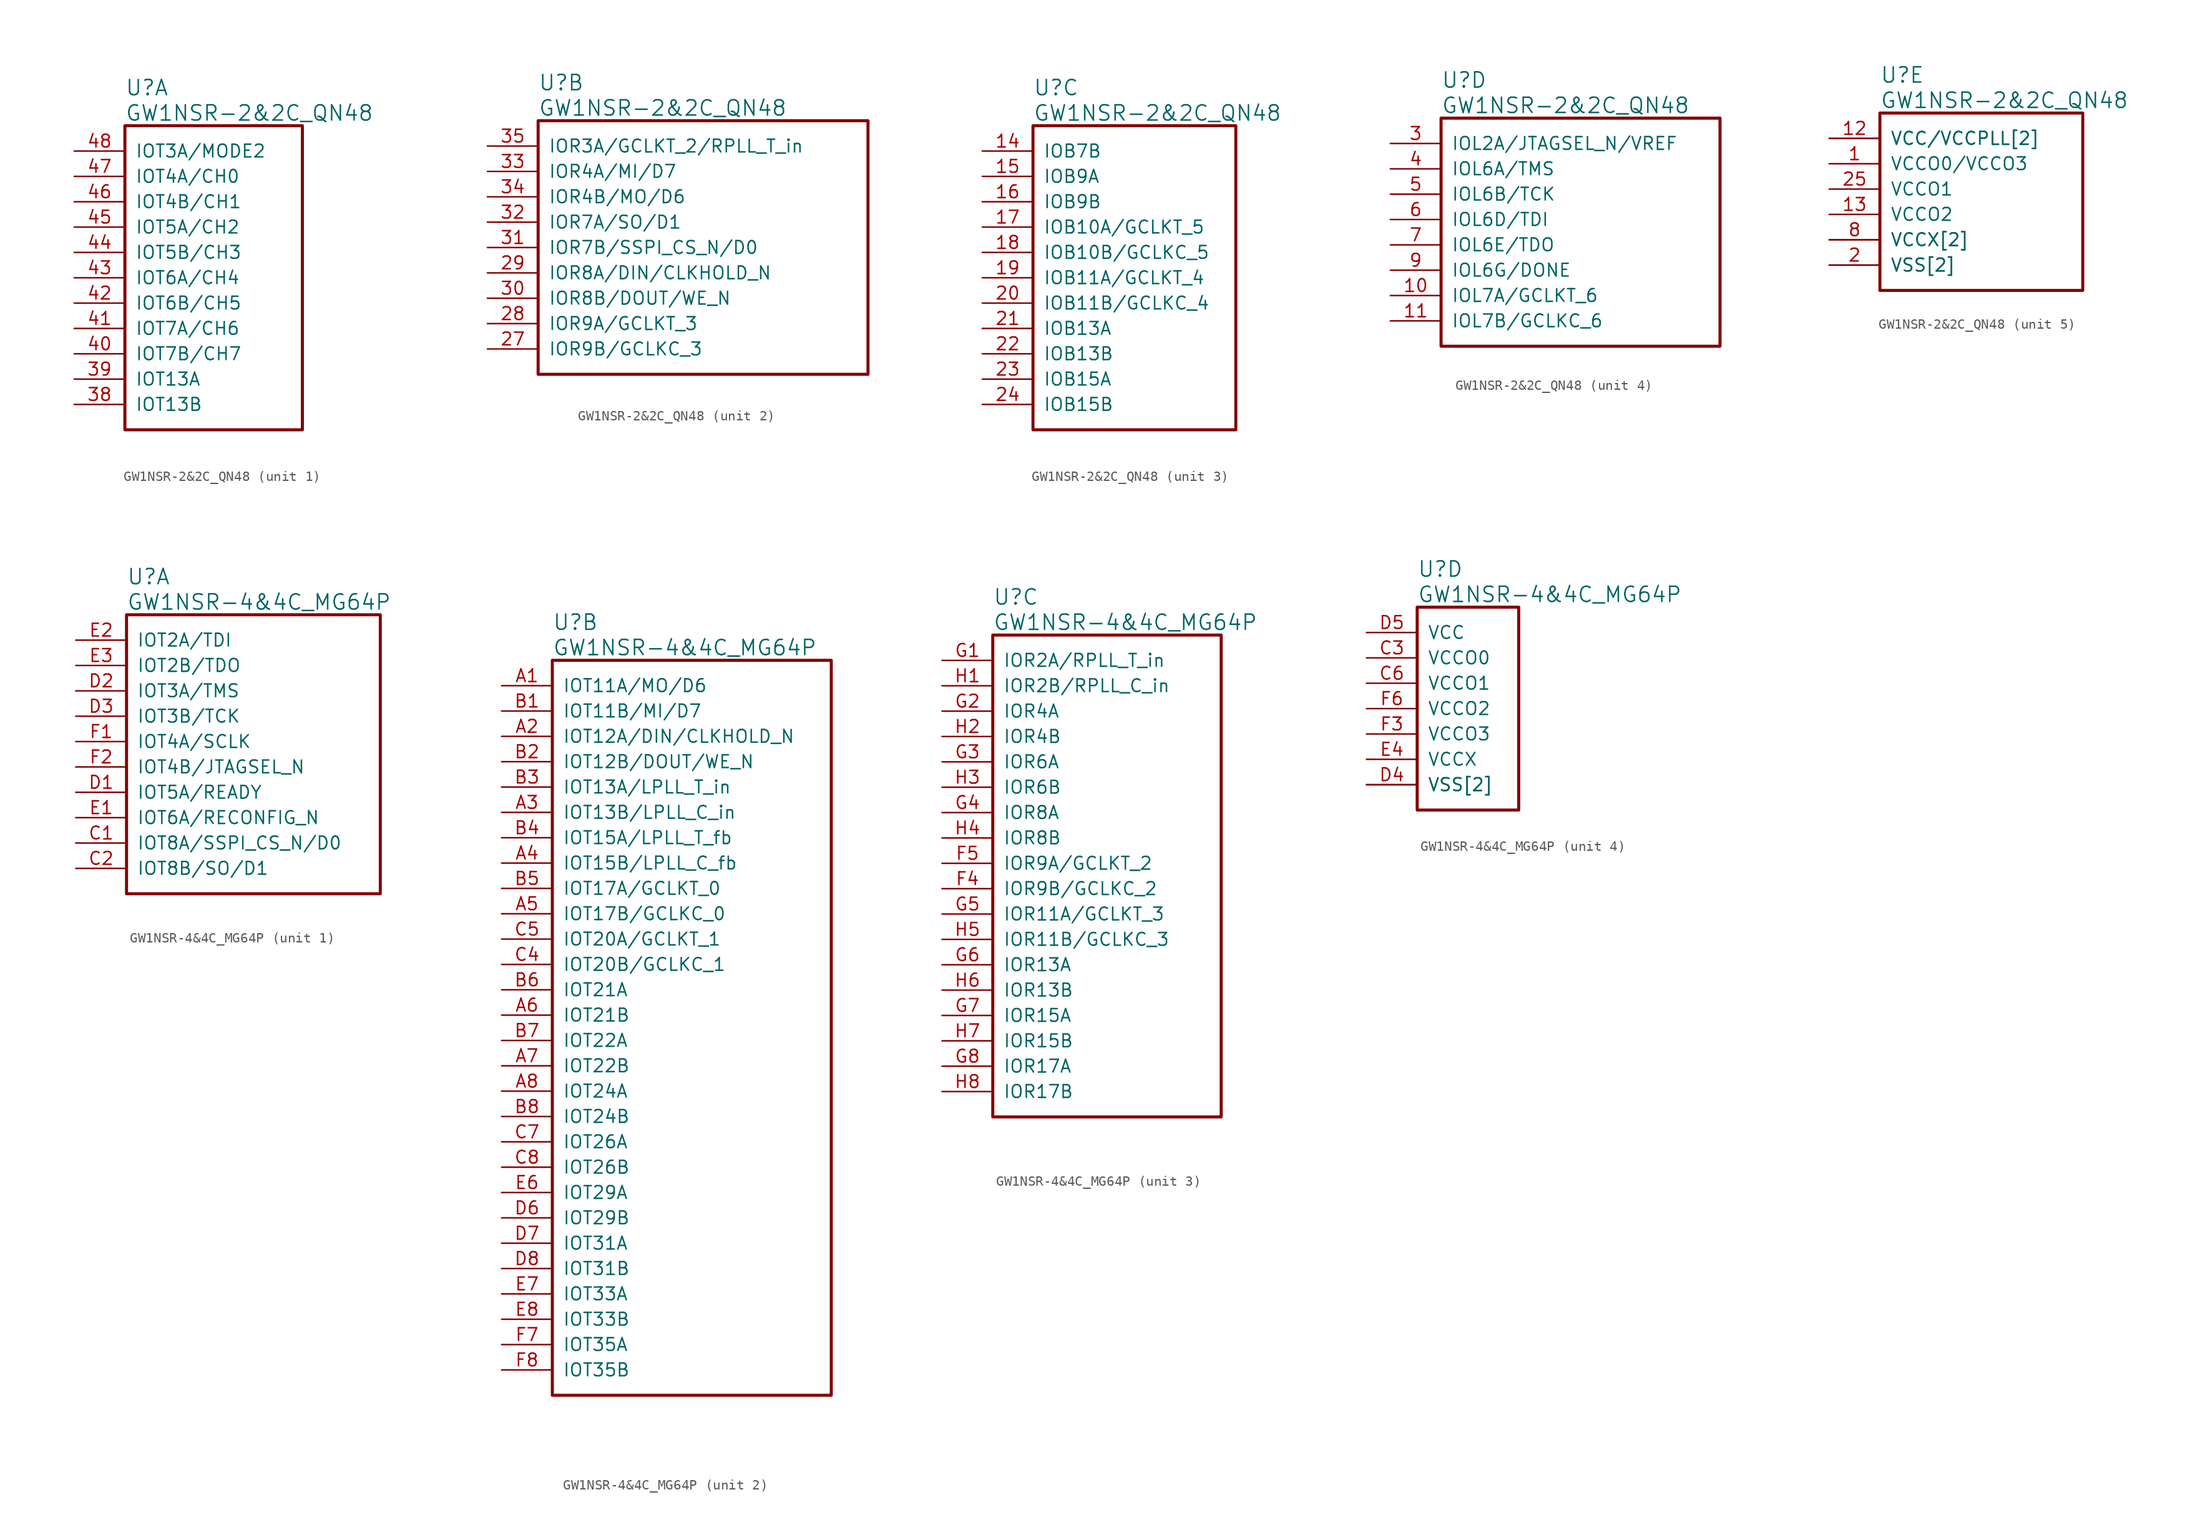
<source format=kicad_sym>
(kicad_symbol_lib
  (version 20220914)
  (generator kicad_symbol_editor)
  (symbol "GW1NSR-2&2C_QN48"
    (pin_names
      (offset 1.016))
    (property "Reference" "U"
      (at 5.08 6.35 0)
      (effects (font (size 1.524 1.524)) (justify left)))
    (property "Value" "GW1NSR-2&2C_QN48"
      (at 5.08 3.81 0)
      (effects (font (size 1.524 1.524)) (justify left)))
    (property "ki_locked" ""
      (at 0 0 0)
      (effects (font (size 1.27 1.27))))
    (symbol "GW1NSR-2&2C_QN48_1_1"
      (rectangle (start 5.08 2.54) (end 22.86 -27.94) (stroke (width 0.305) (type solid)) (fill (type none)))
      (pin bidirectional line (at 0 -25.4 0) (length 5.08) (name "IOT13B" (effects (font (size 1.27 1.27)))) (number "38" (effects (font (size 1.27 1.27)))))
      (pin bidirectional line (at 0 -22.86 0) (length 5.08) (name "IOT13A" (effects (font (size 1.27 1.27)))) (number "39" (effects (font (size 1.27 1.27)))))
      (pin bidirectional line (at 0 -20.32 0) (length 5.08) (name "IOT7B/CH7" (effects (font (size 1.27 1.27)))) (number "40" (effects (font (size 1.27 1.27)))))
      (pin bidirectional line (at 0 -17.78 0) (length 5.08) (name "IOT7A/CH6" (effects (font (size 1.27 1.27)))) (number "41" (effects (font (size 1.27 1.27)))))
      (pin bidirectional line (at 0 -15.24 0) (length 5.08) (name "IOT6B/CH5" (effects (font (size 1.27 1.27)))) (number "42" (effects (font (size 1.27 1.27)))))
      (pin bidirectional line (at 0 -12.7 0) (length 5.08) (name "IOT6A/CH4" (effects (font (size 1.27 1.27)))) (number "43" (effects (font (size 1.27 1.27)))))
      (pin bidirectional line (at 0 -10.16 0) (length 5.08) (name "IOT5B/CH3" (effects (font (size 1.27 1.27)))) (number "44" (effects (font (size 1.27 1.27)))))
      (pin bidirectional line (at 0 -7.62 0) (length 5.08) (name "IOT5A/CH2" (effects (font (size 1.27 1.27)))) (number "45" (effects (font (size 1.27 1.27)))))
      (pin bidirectional line (at 0 -5.08 0) (length 5.08) (name "IOT4B/CH1" (effects (font (size 1.27 1.27)))) (number "46" (effects (font (size 1.27 1.27)))))
      (pin bidirectional line (at 0 -2.54 0) (length 5.08) (name "IOT4A/CH0" (effects (font (size 1.27 1.27)))) (number "47" (effects (font (size 1.27 1.27)))))
      (pin bidirectional line (at 0 0 0) (length 5.08) (name "IOT3A/MODE2" (effects (font (size 1.27 1.27)))) (number "48" (effects (font (size 1.27 1.27))))))
    (symbol "GW1NSR-2&2C_QN48_2_1"
      (rectangle (start 5.08 2.54) (end 38.1 -22.86) (stroke (width 0.305) (type solid)) (fill (type none)))
      (pin bidirectional line (at 0 -20.32 0) (length 5.08) (name "IOR9B/GCLKC_3" (effects (font (size 1.27 1.27)))) (number "27" (effects (font (size 1.27 1.27)))))
      (pin bidirectional line (at 0 -17.78 0) (length 5.08) (name "IOR9A/GCLKT_3" (effects (font (size 1.27 1.27)))) (number "28" (effects (font (size 1.27 1.27)))))
      (pin bidirectional line (at 0 -12.7 0) (length 5.08) (name "IOR8A/DIN/CLKHOLD_N" (effects (font (size 1.27 1.27)))) (number "29" (effects (font (size 1.27 1.27)))))
      (pin bidirectional line (at 0 -15.24 0) (length 5.08) (name "IOR8B/DOUT/WE_N" (effects (font (size 1.27 1.27)))) (number "30" (effects (font (size 1.27 1.27)))))
      (pin bidirectional line (at 0 -10.16 0) (length 5.08) (name "IOR7B/SSPI_CS_N/D0" (effects (font (size 1.27 1.27)))) (number "31" (effects (font (size 1.27 1.27)))))
      (pin bidirectional line (at 0 -7.62 0) (length 5.08) (name "IOR7A/SO/D1" (effects (font (size 1.27 1.27)))) (number "32" (effects (font (size 1.27 1.27)))))
      (pin bidirectional line (at 0 -2.54 0) (length 5.08) (name "IOR4A/MI/D7" (effects (font (size 1.27 1.27)))) (number "33" (effects (font (size 1.27 1.27)))))
      (pin bidirectional line (at 0 -5.08 0) (length 5.08) (name "IOR4B/MO/D6" (effects (font (size 1.27 1.27)))) (number "34" (effects (font (size 1.27 1.27)))))
      (pin bidirectional line (at 0 0 0) (length 5.08) (name "IOR3A/GCLKT_2/RPLL_T_in" (effects (font (size 1.27 1.27)))) (number "35" (effects (font (size 1.27 1.27))))))
    (symbol "GW1NSR-2&2C_QN48_3_1"
      (rectangle (start 5.08 2.54) (end 25.4 -27.94) (stroke (width 0.305) (type solid)) (fill (type none)))
      (pin bidirectional line (at 0 0 0) (length 5.08) (name "IOB7B" (effects (font (size 1.27 1.27)))) (number "14" (effects (font (size 1.27 1.27)))))
      (pin bidirectional line (at 0 -2.54 0) (length 5.08) (name "IOB9A" (effects (font (size 1.27 1.27)))) (number "15" (effects (font (size 1.27 1.27)))))
      (pin bidirectional line (at 0 -5.08 0) (length 5.08) (name "IOB9B" (effects (font (size 1.27 1.27)))) (number "16" (effects (font (size 1.27 1.27)))))
      (pin bidirectional line (at 0 -7.62 0) (length 5.08) (name "IOB10A/GCLKT_5" (effects (font (size 1.27 1.27)))) (number "17" (effects (font (size 1.27 1.27)))))
      (pin bidirectional line (at 0 -10.16 0) (length 5.08) (name "IOB10B/GCLKC_5" (effects (font (size 1.27 1.27)))) (number "18" (effects (font (size 1.27 1.27)))))
      (pin bidirectional line (at 0 -12.7 0) (length 5.08) (name "IOB11A/GCLKT_4" (effects (font (size 1.27 1.27)))) (number "19" (effects (font (size 1.27 1.27)))))
      (pin bidirectional line (at 0 -15.24 0) (length 5.08) (name "IOB11B/GCLKC_4" (effects (font (size 1.27 1.27)))) (number "20" (effects (font (size 1.27 1.27)))))
      (pin bidirectional line (at 0 -17.78 0) (length 5.08) (name "IOB13A" (effects (font (size 1.27 1.27)))) (number "21" (effects (font (size 1.27 1.27)))))
      (pin bidirectional line (at 0 -20.32 0) (length 5.08) (name "IOB13B" (effects (font (size 1.27 1.27)))) (number "22" (effects (font (size 1.27 1.27)))))
      (pin bidirectional line (at 0 -22.86 0) (length 5.08) (name "IOB15A" (effects (font (size 1.27 1.27)))) (number "23" (effects (font (size 1.27 1.27)))))
      (pin bidirectional line (at 0 -25.4 0) (length 5.08) (name "IOB15B" (effects (font (size 1.27 1.27)))) (number "24" (effects (font (size 1.27 1.27))))))
    (symbol "GW1NSR-2&2C_QN48_4_1"
      (rectangle (start 5.08 2.54) (end 33.02 -20.32) (stroke (width 0.305) (type solid)) (fill (type none)))
      (pin bidirectional line (at 0 -15.24 0) (length 5.08) (name "IOL7A/GCLKT_6" (effects (font (size 1.27 1.27)))) (number "10" (effects (font (size 1.27 1.27)))))
      (pin bidirectional line (at 0 -17.78 0) (length 5.08) (name "IOL7B/GCLKC_6" (effects (font (size 1.27 1.27)))) (number "11" (effects (font (size 1.27 1.27)))))
      (pin bidirectional line (at 0 0 0) (length 5.08) (name "IOL2A/JTAGSEL_N/VREF" (effects (font (size 1.27 1.27)))) (number "3" (effects (font (size 1.27 1.27)))))
      (pin bidirectional line (at 0 -2.54 0) (length 5.08) (name "IOL6A/TMS" (effects (font (size 1.27 1.27)))) (number "4" (effects (font (size 1.27 1.27)))))
      (pin bidirectional line (at 0 -5.08 0) (length 5.08) (name "IOL6B/TCK" (effects (font (size 1.27 1.27)))) (number "5" (effects (font (size 1.27 1.27)))))
      (pin bidirectional line (at 0 -7.62 0) (length 5.08) (name "IOL6D/TDI" (effects (font (size 1.27 1.27)))) (number "6" (effects (font (size 1.27 1.27)))))
      (pin bidirectional line (at 0 -10.16 0) (length 5.08) (name "IOL6E/TDO" (effects (font (size 1.27 1.27)))) (number "7" (effects (font (size 1.27 1.27)))))
      (pin bidirectional line (at 0 -12.7 0) (length 5.08) (name "IOL6G/DONE" (effects (font (size 1.27 1.27)))) (number "9" (effects (font (size 1.27 1.27))))))
    (symbol "GW1NSR-2&2C_QN48_5_1"
      (rectangle (start 5.08 2.54) (end 25.4 -15.24) (stroke (width 0.305) (type solid)) (fill (type none)))
      (pin power_in line (at 0 -2.54 0) (length 5.08) (name "VCCO0/VCCO3" (effects (font (size 1.27 1.27)))) (number "1" (effects (font (size 1.27 1.27)))))
      (pin power_in line (at 0 0 0) (length 5.08) (name "VCC/VCCPLL[2]" (effects (font (size 1.27 1.27)))) (number "12" (effects (font (size 1.27 1.27)))))
      (pin power_in line (at 0 -7.62 0) (length 5.08) (name "VCCO2" (effects (font (size 1.27 1.27)))) (number "13" (effects (font (size 1.27 1.27)))))
      (pin power_in line (at 0 -12.7 0) (length 5.08) (name "VSS[2]" (effects (font (size 1.27 1.27)))) (number "2" (effects (font (size 1.27 1.27)))))
      (pin power_in line (at 0 -5.08 0) (length 5.08) (name "VCCO1" (effects (font (size 1.27 1.27)))) (number "25" (effects (font (size 1.27 1.27)))))
      (pin power_in line (at 0 -12.7 0) (length 5.08) (name "VSS[2]" (effects (font (size 1.27 1.27)))) (number "26" (effects (font (size 0 0)))))
      (pin power_in line (at 0 -10.16 0) (length 5.08) (name "VCCX[2]" (effects (font (size 1.27 1.27)))) (number "36" (effects (font (size 0 0)))))
      (pin power_in line (at 0 0 0) (length 5.08) (name "VCC/VCCPLL[2]" (effects (font (size 1.27 1.27)))) (number "37" (effects (font (size 0 0)))))
      (pin power_in line (at 0 -10.16 0) (length 5.08) (name "VCCX[2]" (effects (font (size 1.27 1.27)))) (number "8" (effects (font (size 1.27 1.27)))))))
  (symbol "GW1NSR-4&4C_MG64P"
    (pin_names
      (offset 1.016))
    (property "Reference" "U"
      (at 5.08 6.35 0)
      (effects (font (size 1.524 1.524)) (justify left)))
    (property "Value" "GW1NSR-4&4C_MG64P"
      (at 5.08 3.81 0)
      (effects (font (size 1.524 1.524)) (justify left)))
    (property "ki_locked" ""
      (at 0 0 0)
      (effects (font (size 1.27 1.27))))
    (symbol "GW1NSR-4&4C_MG64P_1_1"
      (rectangle (start 5.08 2.54) (end 30.48 -25.4) (stroke (width 0.305) (type solid)) (fill (type none)))
      (pin bidirectional line (at 0 -20.32 0) (length 5.08) (name "IOT8A/SSPI_CS_N/D0" (effects (font (size 1.27 1.27)))) (number "C1" (effects (font (size 1.27 1.27)))))
      (pin bidirectional line (at 0 -22.86 0) (length 5.08) (name "IOT8B/SO/D1" (effects (font (size 1.27 1.27)))) (number "C2" (effects (font (size 1.27 1.27)))))
      (pin bidirectional line (at 0 -15.24 0) (length 5.08) (name "IOT5A/READY" (effects (font (size 1.27 1.27)))) (number "D1" (effects (font (size 1.27 1.27)))))
      (pin bidirectional line (at 0 -5.08 0) (length 5.08) (name "IOT3A/TMS" (effects (font (size 1.27 1.27)))) (number "D2" (effects (font (size 1.27 1.27)))))
      (pin bidirectional line (at 0 -7.62 0) (length 5.08) (name "IOT3B/TCK" (effects (font (size 1.27 1.27)))) (number "D3" (effects (font (size 1.27 1.27)))))
      (pin bidirectional line (at 0 -17.78 0) (length 5.08) (name "IOT6A/RECONFIG_N" (effects (font (size 1.27 1.27)))) (number "E1" (effects (font (size 1.27 1.27)))))
      (pin bidirectional line (at 0 0 0) (length 5.08) (name "IOT2A/TDI" (effects (font (size 1.27 1.27)))) (number "E2" (effects (font (size 1.27 1.27)))))
      (pin bidirectional line (at 0 -2.54 0) (length 5.08) (name "IOT2B/TDO" (effects (font (size 1.27 1.27)))) (number "E3" (effects (font (size 1.27 1.27)))))
      (pin bidirectional line (at 0 -10.16 0) (length 5.08) (name "IOT4A/SCLK" (effects (font (size 1.27 1.27)))) (number "F1" (effects (font (size 1.27 1.27)))))
      (pin bidirectional line (at 0 -12.7 0) (length 5.08) (name "IOT4B/JTAGSEL_N" (effects (font (size 1.27 1.27)))) (number "F2" (effects (font (size 1.27 1.27))))))
    (symbol "GW1NSR-4&4C_MG64P_2_1"
      (rectangle (start 5.08 2.54) (end 33.02 -71.12) (stroke (width 0.305) (type solid)) (fill (type none)))
      (pin bidirectional line (at 0 0 0) (length 5.08) (name "IOT11A/MO/D6" (effects (font (size 1.27 1.27)))) (number "A1" (effects (font (size 1.27 1.27)))))
      (pin bidirectional line (at 0 -5.08 0) (length 5.08) (name "IOT12A/DIN/CLKHOLD_N" (effects (font (size 1.27 1.27)))) (number "A2" (effects (font (size 1.27 1.27)))))
      (pin bidirectional line (at 0 -12.7 0) (length 5.08) (name "IOT13B/LPLL_C_in" (effects (font (size 1.27 1.27)))) (number "A3" (effects (font (size 1.27 1.27)))))
      (pin bidirectional line (at 0 -17.78 0) (length 5.08) (name "IOT15B/LPLL_C_fb" (effects (font (size 1.27 1.27)))) (number "A4" (effects (font (size 1.27 1.27)))))
      (pin bidirectional line (at 0 -22.86 0) (length 5.08) (name "IOT17B/GCLKC_0" (effects (font (size 1.27 1.27)))) (number "A5" (effects (font (size 1.27 1.27)))))
      (pin bidirectional line (at 0 -33.02 0) (length 5.08) (name "IOT21B" (effects (font (size 1.27 1.27)))) (number "A6" (effects (font (size 1.27 1.27)))))
      (pin bidirectional line (at 0 -38.1 0) (length 5.08) (name "IOT22B" (effects (font (size 1.27 1.27)))) (number "A7" (effects (font (size 1.27 1.27)))))
      (pin bidirectional line (at 0 -40.64 0) (length 5.08) (name "IOT24A" (effects (font (size 1.27 1.27)))) (number "A8" (effects (font (size 1.27 1.27)))))
      (pin bidirectional line (at 0 -2.54 0) (length 5.08) (name "IOT11B/MI/D7" (effects (font (size 1.27 1.27)))) (number "B1" (effects (font (size 1.27 1.27)))))
      (pin bidirectional line (at 0 -7.62 0) (length 5.08) (name "IOT12B/DOUT/WE_N" (effects (font (size 1.27 1.27)))) (number "B2" (effects (font (size 1.27 1.27)))))
      (pin bidirectional line (at 0 -10.16 0) (length 5.08) (name "IOT13A/LPLL_T_in" (effects (font (size 1.27 1.27)))) (number "B3" (effects (font (size 1.27 1.27)))))
      (pin bidirectional line (at 0 -15.24 0) (length 5.08) (name "IOT15A/LPLL_T_fb" (effects (font (size 1.27 1.27)))) (number "B4" (effects (font (size 1.27 1.27)))))
      (pin bidirectional line (at 0 -20.32 0) (length 5.08) (name "IOT17A/GCLKT_0" (effects (font (size 1.27 1.27)))) (number "B5" (effects (font (size 1.27 1.27)))))
      (pin bidirectional line (at 0 -30.48 0) (length 5.08) (name "IOT21A" (effects (font (size 1.27 1.27)))) (number "B6" (effects (font (size 1.27 1.27)))))
      (pin bidirectional line (at 0 -35.56 0) (length 5.08) (name "IOT22A" (effects (font (size 1.27 1.27)))) (number "B7" (effects (font (size 1.27 1.27)))))
      (pin bidirectional line (at 0 -43.18 0) (length 5.08) (name "IOT24B" (effects (font (size 1.27 1.27)))) (number "B8" (effects (font (size 1.27 1.27)))))
      (pin bidirectional line (at 0 -27.94 0) (length 5.08) (name "IOT20B/GCLKC_1" (effects (font (size 1.27 1.27)))) (number "C4" (effects (font (size 1.27 1.27)))))
      (pin bidirectional line (at 0 -25.4 0) (length 5.08) (name "IOT20A/GCLKT_1" (effects (font (size 1.27 1.27)))) (number "C5" (effects (font (size 1.27 1.27)))))
      (pin bidirectional line (at 0 -45.72 0) (length 5.08) (name "IOT26A" (effects (font (size 1.27 1.27)))) (number "C7" (effects (font (size 1.27 1.27)))))
      (pin bidirectional line (at 0 -48.26 0) (length 5.08) (name "IOT26B" (effects (font (size 1.27 1.27)))) (number "C8" (effects (font (size 1.27 1.27)))))
      (pin bidirectional line (at 0 -53.34 0) (length 5.08) (name "IOT29B" (effects (font (size 1.27 1.27)))) (number "D6" (effects (font (size 1.27 1.27)))))
      (pin bidirectional line (at 0 -55.88 0) (length 5.08) (name "IOT31A" (effects (font (size 1.27 1.27)))) (number "D7" (effects (font (size 1.27 1.27)))))
      (pin bidirectional line (at 0 -58.42 0) (length 5.08) (name "IOT31B" (effects (font (size 1.27 1.27)))) (number "D8" (effects (font (size 1.27 1.27)))))
      (pin bidirectional line (at 0 -50.8 0) (length 5.08) (name "IOT29A" (effects (font (size 1.27 1.27)))) (number "E6" (effects (font (size 1.27 1.27)))))
      (pin bidirectional line (at 0 -60.96 0) (length 5.08) (name "IOT33A" (effects (font (size 1.27 1.27)))) (number "E7" (effects (font (size 1.27 1.27)))))
      (pin bidirectional line (at 0 -63.5 0) (length 5.08) (name "IOT33B" (effects (font (size 1.27 1.27)))) (number "E8" (effects (font (size 1.27 1.27)))))
      (pin bidirectional line (at 0 -66.04 0) (length 5.08) (name "IOT35A" (effects (font (size 1.27 1.27)))) (number "F7" (effects (font (size 1.27 1.27)))))
      (pin bidirectional line (at 0 -68.58 0) (length 5.08) (name "IOT35B" (effects (font (size 1.27 1.27)))) (number "F8" (effects (font (size 1.27 1.27))))))
    (symbol "GW1NSR-4&4C_MG64P_3_1"
      (rectangle (start 5.08 2.54) (end 27.94 -45.72) (stroke (width 0.305) (type solid)) (fill (type none)))
      (pin bidirectional line (at 0 -22.86 0) (length 5.08) (name "IOR9B/GCLKC_2" (effects (font (size 1.27 1.27)))) (number "F4" (effects (font (size 1.27 1.27)))))
      (pin bidirectional line (at 0 -20.32 0) (length 5.08) (name "IOR9A/GCLKT_2" (effects (font (size 1.27 1.27)))) (number "F5" (effects (font (size 1.27 1.27)))))
      (pin bidirectional line (at 0 0 0) (length 5.08) (name "IOR2A/RPLL_T_in" (effects (font (size 1.27 1.27)))) (number "G1" (effects (font (size 1.27 1.27)))))
      (pin bidirectional line (at 0 -5.08 0) (length 5.08) (name "IOR4A" (effects (font (size 1.27 1.27)))) (number "G2" (effects (font (size 1.27 1.27)))))
      (pin bidirectional line (at 0 -10.16 0) (length 5.08) (name "IOR6A" (effects (font (size 1.27 1.27)))) (number "G3" (effects (font (size 1.27 1.27)))))
      (pin bidirectional line (at 0 -15.24 0) (length 5.08) (name "IOR8A" (effects (font (size 1.27 1.27)))) (number "G4" (effects (font (size 1.27 1.27)))))
      (pin bidirectional line (at 0 -25.4 0) (length 5.08) (name "IOR11A/GCLKT_3" (effects (font (size 1.27 1.27)))) (number "G5" (effects (font (size 1.27 1.27)))))
      (pin bidirectional line (at 0 -30.48 0) (length 5.08) (name "IOR13A" (effects (font (size 1.27 1.27)))) (number "G6" (effects (font (size 1.27 1.27)))))
      (pin bidirectional line (at 0 -35.56 0) (length 5.08) (name "IOR15A" (effects (font (size 1.27 1.27)))) (number "G7" (effects (font (size 1.27 1.27)))))
      (pin bidirectional line (at 0 -40.64 0) (length 5.08) (name "IOR17A" (effects (font (size 1.27 1.27)))) (number "G8" (effects (font (size 1.27 1.27)))))
      (pin bidirectional line (at 0 -2.54 0) (length 5.08) (name "IOR2B/RPLL_C_in" (effects (font (size 1.27 1.27)))) (number "H1" (effects (font (size 1.27 1.27)))))
      (pin bidirectional line (at 0 -7.62 0) (length 5.08) (name "IOR4B" (effects (font (size 1.27 1.27)))) (number "H2" (effects (font (size 1.27 1.27)))))
      (pin bidirectional line (at 0 -12.7 0) (length 5.08) (name "IOR6B" (effects (font (size 1.27 1.27)))) (number "H3" (effects (font (size 1.27 1.27)))))
      (pin bidirectional line (at 0 -17.78 0) (length 5.08) (name "IOR8B" (effects (font (size 1.27 1.27)))) (number "H4" (effects (font (size 1.27 1.27)))))
      (pin bidirectional line (at 0 -27.94 0) (length 5.08) (name "IOR11B/GCLKC_3" (effects (font (size 1.27 1.27)))) (number "H5" (effects (font (size 1.27 1.27)))))
      (pin bidirectional line (at 0 -33.02 0) (length 5.08) (name "IOR13B" (effects (font (size 1.27 1.27)))) (number "H6" (effects (font (size 1.27 1.27)))))
      (pin bidirectional line (at 0 -38.1 0) (length 5.08) (name "IOR15B" (effects (font (size 1.27 1.27)))) (number "H7" (effects (font (size 1.27 1.27)))))
      (pin bidirectional line (at 0 -43.18 0) (length 5.08) (name "IOR17B" (effects (font (size 1.27 1.27)))) (number "H8" (effects (font (size 1.27 1.27))))))
    (symbol "GW1NSR-4&4C_MG64P_4_1"
      (rectangle (start 5.08 2.54) (end 15.24 -17.78) (stroke (width 0.305) (type solid)) (fill (type none)))
      (pin power_in line (at 0 -2.54 0) (length 5.08) (name "VCCO0" (effects (font (size 1.27 1.27)))) (number "C3" (effects (font (size 1.27 1.27)))))
      (pin power_in line (at 0 -5.08 0) (length 5.08) (name "VCCO1" (effects (font (size 1.27 1.27)))) (number "C6" (effects (font (size 1.27 1.27)))))
      (pin power_in line (at 0 -15.24 0) (length 5.08) (name "VSS[2]" (effects (font (size 1.27 1.27)))) (number "D4" (effects (font (size 1.27 1.27)))))
      (pin power_in line (at 0 0 0) (length 5.08) (name "VCC" (effects (font (size 1.27 1.27)))) (number "D5" (effects (font (size 1.27 1.27)))))
      (pin power_in line (at 0 -12.7 0) (length 5.08) (name "VCCX" (effects (font (size 1.27 1.27)))) (number "E4" (effects (font (size 1.27 1.27)))))
      (pin power_in line (at 0 -15.24 0) (length 5.08) (name "VSS[2]" (effects (font (size 1.27 1.27)))) (number "E5" (effects (font (size 0 0)))))
      (pin power_in line (at 0 -10.16 0) (length 5.08) (name "VCCO3" (effects (font (size 1.27 1.27)))) (number "F3" (effects (font (size 1.27 1.27)))))
      (pin power_in line (at 0 -7.62 0) (length 5.08) (name "VCCO2" (effects (font (size 1.27 1.27)))) (number "F6" (effects (font (size 1.27 1.27))))))))
</source>
